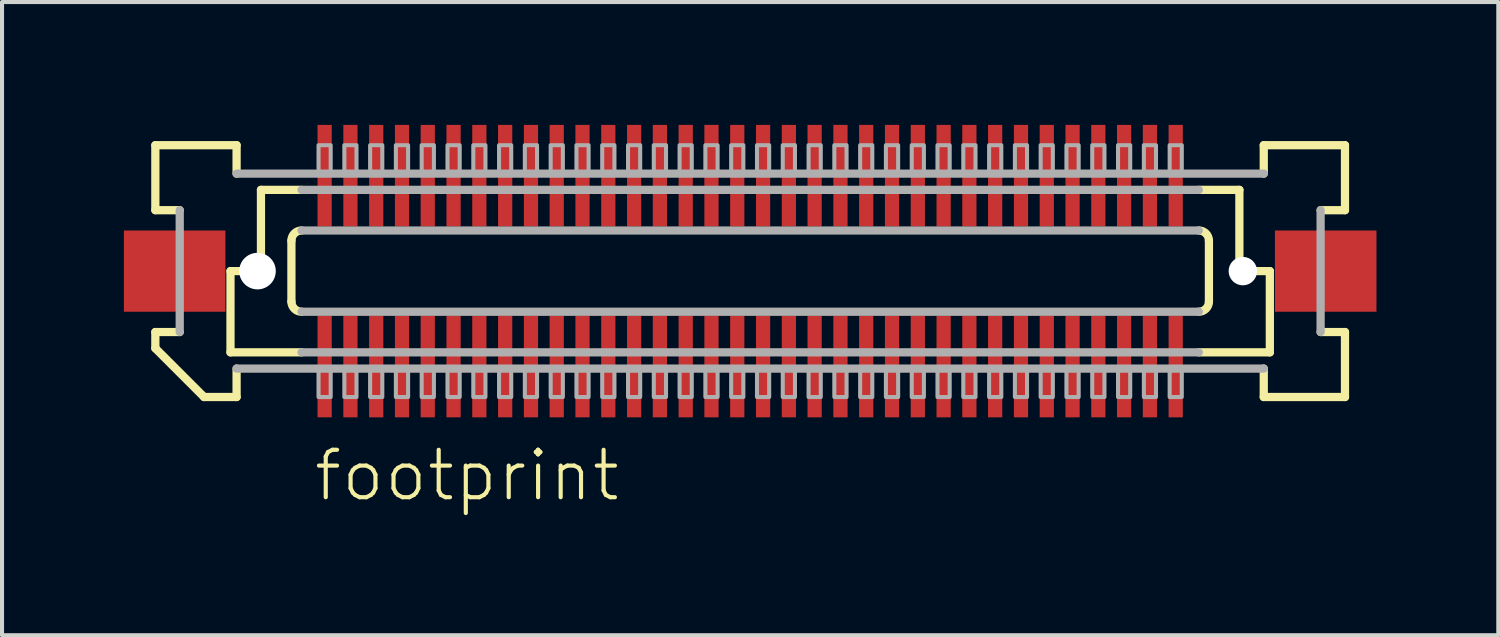
<source format=kicad_pcb>
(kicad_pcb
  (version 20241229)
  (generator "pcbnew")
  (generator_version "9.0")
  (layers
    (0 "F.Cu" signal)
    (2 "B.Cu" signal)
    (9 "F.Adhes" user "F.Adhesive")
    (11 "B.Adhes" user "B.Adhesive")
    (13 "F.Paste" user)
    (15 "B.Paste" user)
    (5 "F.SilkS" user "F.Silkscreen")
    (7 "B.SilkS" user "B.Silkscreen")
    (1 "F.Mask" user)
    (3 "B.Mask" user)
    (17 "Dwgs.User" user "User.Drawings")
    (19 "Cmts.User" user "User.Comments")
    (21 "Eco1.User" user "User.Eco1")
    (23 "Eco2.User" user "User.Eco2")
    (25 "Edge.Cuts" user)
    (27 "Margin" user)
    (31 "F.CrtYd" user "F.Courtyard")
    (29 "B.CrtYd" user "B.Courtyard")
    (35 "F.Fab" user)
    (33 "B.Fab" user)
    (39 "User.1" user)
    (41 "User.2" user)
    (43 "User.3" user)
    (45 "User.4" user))
  (footprint "footprint"
    (layer "F.Cu")
    (at 15.42 3.625)
    (property "Reference" "footprint" (at -10.795 5.715 0) (layer "F.SilkS") (effects (font (size 1.168 1.168) (thickness 0.102)) (justify left bottom)))
    (fp_poly (pts (xy -10.678 3.625) (xy -10.277 3.625) (xy -10.277 1.075) (xy -10.678 1.075)) (stroke (width 0) (type solid)) (fill yes) (layer "F.Mask"))
    (fp_poly (pts (xy -10.277 -3.625) (xy -10.678 -3.625) (xy -10.678 -1.075) (xy -10.277 -1.075)) (stroke (width 0) (type solid)) (fill yes) (layer "F.Mask"))
    (fp_poly (pts (xy -10.043 3.625) (xy -9.643 3.625) (xy -9.643 1.075) (xy -10.043 1.075)) (stroke (width 0) (type solid)) (fill yes) (layer "F.Mask"))
    (fp_poly (pts (xy -9.643 -3.625) (xy -10.043 -3.625) (xy -10.043 -1.075) (xy -9.643 -1.075)) (stroke (width 0) (type solid)) (fill yes) (layer "F.Mask"))
    (fp_poly (pts (xy -9.408 3.625) (xy -9.008 3.625) (xy -9.008 1.075) (xy -9.408 1.075)) (stroke (width 0) (type solid)) (fill yes) (layer "F.Mask"))
    (fp_poly (pts (xy -9.008 -3.625) (xy -9.408 -3.625) (xy -9.408 -1.075) (xy -9.008 -1.075)) (stroke (width 0) (type solid)) (fill yes) (layer "F.Mask"))
    (fp_poly (pts (xy -8.773 3.625) (xy -8.373 3.625) (xy -8.373 1.075) (xy -8.773 1.075)) (stroke (width 0) (type solid)) (fill yes) (layer "F.Mask"))
    (fp_poly (pts (xy -8.373 -3.625) (xy -8.773 -3.625) (xy -8.773 -1.075) (xy -8.373 -1.075)) (stroke (width 0) (type solid)) (fill yes) (layer "F.Mask"))
    (fp_poly (pts (xy -8.137 3.625) (xy -7.737 3.625) (xy -7.737 1.075) (xy -8.137 1.075)) (stroke (width 0) (type solid)) (fill yes) (layer "F.Mask"))
    (fp_poly (pts (xy -7.737 -3.625) (xy -8.137 -3.625) (xy -8.137 -1.075) (xy -7.737 -1.075)) (stroke (width 0) (type solid)) (fill yes) (layer "F.Mask"))
    (fp_poly (pts (xy -7.503 3.625) (xy -7.103 3.625) (xy -7.103 1.075) (xy -7.503 1.075)) (stroke (width 0) (type solid)) (fill yes) (layer "F.Mask"))
    (fp_poly (pts (xy -7.103 -3.625) (xy -7.503 -3.625) (xy -7.503 -1.075) (xy -7.103 -1.075)) (stroke (width 0) (type solid)) (fill yes) (layer "F.Mask"))
    (fp_poly (pts (xy -6.867 3.625) (xy -6.468 3.625) (xy -6.468 1.075) (xy -6.867 1.075)) (stroke (width 0) (type solid)) (fill yes) (layer "F.Mask"))
    (fp_poly (pts (xy -6.468 -3.625) (xy -6.867 -3.625) (xy -6.867 -1.075) (xy -6.468 -1.075)) (stroke (width 0) (type solid)) (fill yes) (layer "F.Mask"))
    (fp_poly (pts (xy -6.232 3.625) (xy -5.832 3.625) (xy -5.832 1.075) (xy -6.232 1.075)) (stroke (width 0) (type solid)) (fill yes) (layer "F.Mask"))
    (fp_poly (pts (xy -5.832 -3.625) (xy -6.232 -3.625) (xy -6.232 -1.075) (xy -5.832 -1.075)) (stroke (width 0) (type solid)) (fill yes) (layer "F.Mask"))
    (fp_poly (pts (xy -5.598 3.625) (xy -5.197 3.625) (xy -5.197 1.075) (xy -5.598 1.075)) (stroke (width 0) (type solid)) (fill yes) (layer "F.Mask"))
    (fp_poly (pts (xy -5.197 -3.625) (xy -5.598 -3.625) (xy -5.598 -1.075) (xy -5.197 -1.075)) (stroke (width 0) (type solid)) (fill yes) (layer "F.Mask"))
    (fp_poly (pts (xy -4.963 3.625) (xy -4.562 3.625) (xy -4.562 1.075) (xy -4.963 1.075)) (stroke (width 0) (type solid)) (fill yes) (layer "F.Mask"))
    (fp_poly (pts (xy -4.562 -3.625) (xy -4.963 -3.625) (xy -4.963 -1.075) (xy -4.562 -1.075)) (stroke (width 0) (type solid)) (fill yes) (layer "F.Mask"))
    (fp_poly (pts (xy -4.327 3.625) (xy -3.928 3.625) (xy -3.928 1.075) (xy -4.327 1.075)) (stroke (width 0) (type solid)) (fill yes) (layer "F.Mask"))
    (fp_poly (pts (xy -3.928 -3.625) (xy -4.327 -3.625) (xy -4.327 -1.075) (xy -3.928 -1.075)) (stroke (width 0) (type solid)) (fill yes) (layer "F.Mask"))
    (fp_poly (pts (xy -3.692 3.625) (xy -3.292 3.625) (xy -3.292 1.075) (xy -3.692 1.075)) (stroke (width 0) (type solid)) (fill yes) (layer "F.Mask"))
    (fp_poly (pts (xy -3.292 -3.625) (xy -3.692 -3.625) (xy -3.692 -1.075) (xy -3.292 -1.075)) (stroke (width 0) (type solid)) (fill yes) (layer "F.Mask"))
    (fp_poly (pts (xy -3.058 3.625) (xy -2.658 3.625) (xy -2.658 1.075) (xy -3.058 1.075)) (stroke (width 0) (type solid)) (fill yes) (layer "F.Mask"))
    (fp_poly (pts (xy -2.658 -3.625) (xy -3.058 -3.625) (xy -3.058 -1.075) (xy -2.658 -1.075)) (stroke (width 0) (type solid)) (fill yes) (layer "F.Mask"))
    (fp_poly (pts (xy -2.422 3.625) (xy -2.022 3.625) (xy -2.022 1.075) (xy -2.422 1.075)) (stroke (width 0) (type solid)) (fill yes) (layer "F.Mask"))
    (fp_poly (pts (xy -2.022 -3.625) (xy -2.422 -3.625) (xy -2.422 -1.075) (xy -2.022 -1.075)) (stroke (width 0) (type solid)) (fill yes) (layer "F.Mask"))
    (fp_poly (pts (xy -1.788 3.625) (xy -1.387 3.625) (xy -1.387 1.075) (xy -1.788 1.075)) (stroke (width 0) (type solid)) (fill yes) (layer "F.Mask"))
    (fp_poly (pts (xy -1.387 -3.625) (xy -1.788 -3.625) (xy -1.788 -1.075) (xy -1.387 -1.075)) (stroke (width 0) (type solid)) (fill yes) (layer "F.Mask"))
    (fp_poly (pts (xy -1.153 3.625) (xy -0.752 3.625) (xy -0.752 1.075) (xy -1.153 1.075)) (stroke (width 0) (type solid)) (fill yes) (layer "F.Mask"))
    (fp_poly (pts (xy -0.752 -3.625) (xy -1.153 -3.625) (xy -1.153 -1.075) (xy -0.752 -1.075)) (stroke (width 0) (type solid)) (fill yes) (layer "F.Mask"))
    (fp_poly (pts (xy -0.517 3.625) (xy -0.117 3.625) (xy -0.117 1.075) (xy -0.517 1.075)) (stroke (width 0) (type solid)) (fill yes) (layer "F.Mask"))
    (fp_poly (pts (xy -0.117 -3.625) (xy -0.517 -3.625) (xy -0.517 -1.075) (xy -0.117 -1.075)) (stroke (width 0) (type solid)) (fill yes) (layer "F.Mask"))
    (fp_poly (pts (xy 0.117 3.625) (xy 0.517 3.625) (xy 0.517 1.075) (xy 0.117 1.075)) (stroke (width 0) (type solid)) (fill yes) (layer "F.Mask"))
    (fp_poly (pts (xy 0.517 -3.625) (xy 0.117 -3.625) (xy 0.117 -1.075) (xy 0.517 -1.075)) (stroke (width 0) (type solid)) (fill yes) (layer "F.Mask"))
    (fp_poly (pts (xy 0.752 3.625) (xy 1.153 3.625) (xy 1.153 1.075) (xy 0.752 1.075)) (stroke (width 0) (type solid)) (fill yes) (layer "F.Mask"))
    (fp_poly (pts (xy 1.153 -3.625) (xy 0.752 -3.625) (xy 0.752 -1.075) (xy 1.153 -1.075)) (stroke (width 0) (type solid)) (fill yes) (layer "F.Mask"))
    (fp_poly (pts (xy 1.387 3.625) (xy 1.788 3.625) (xy 1.788 1.075) (xy 1.387 1.075)) (stroke (width 0) (type solid)) (fill yes) (layer "F.Mask"))
    (fp_poly (pts (xy 1.788 -3.625) (xy 1.387 -3.625) (xy 1.387 -1.075) (xy 1.788 -1.075)) (stroke (width 0) (type solid)) (fill yes) (layer "F.Mask"))
    (fp_poly (pts (xy 2.022 3.625) (xy 2.422 3.625) (xy 2.422 1.075) (xy 2.022 1.075)) (stroke (width 0) (type solid)) (fill yes) (layer "F.Mask"))
    (fp_poly (pts (xy 2.422 -3.625) (xy 2.022 -3.625) (xy 2.022 -1.075) (xy 2.422 -1.075)) (stroke (width 0) (type solid)) (fill yes) (layer "F.Mask"))
    (fp_poly (pts (xy 2.658 3.625) (xy 3.058 3.625) (xy 3.058 1.075) (xy 2.658 1.075)) (stroke (width 0) (type solid)) (fill yes) (layer "F.Mask"))
    (fp_poly (pts (xy 3.058 -3.625) (xy 2.658 -3.625) (xy 2.658 -1.075) (xy 3.058 -1.075)) (stroke (width 0) (type solid)) (fill yes) (layer "F.Mask"))
    (fp_poly (pts (xy 3.292 3.625) (xy 3.692 3.625) (xy 3.692 1.075) (xy 3.292 1.075)) (stroke (width 0) (type solid)) (fill yes) (layer "F.Mask"))
    (fp_poly (pts (xy 3.692 -3.625) (xy 3.292 -3.625) (xy 3.292 -1.075) (xy 3.692 -1.075)) (stroke (width 0) (type solid)) (fill yes) (layer "F.Mask"))
    (fp_poly (pts (xy 3.928 3.625) (xy 4.327 3.625) (xy 4.327 1.075) (xy 3.928 1.075)) (stroke (width 0) (type solid)) (fill yes) (layer "F.Mask"))
    (fp_poly (pts (xy 4.327 -3.625) (xy 3.928 -3.625) (xy 3.928 -1.075) (xy 4.327 -1.075)) (stroke (width 0) (type solid)) (fill yes) (layer "F.Mask"))
    (fp_poly (pts (xy 4.562 3.625) (xy 4.963 3.625) (xy 4.963 1.075) (xy 4.562 1.075)) (stroke (width 0) (type solid)) (fill yes) (layer "F.Mask"))
    (fp_poly (pts (xy 4.963 -3.625) (xy 4.562 -3.625) (xy 4.562 -1.075) (xy 4.963 -1.075)) (stroke (width 0) (type solid)) (fill yes) (layer "F.Mask"))
    (fp_poly (pts (xy 5.197 3.625) (xy 5.598 3.625) (xy 5.598 1.075) (xy 5.197 1.075)) (stroke (width 0) (type solid)) (fill yes) (layer "F.Mask"))
    (fp_poly (pts (xy 5.598 -3.625) (xy 5.197 -3.625) (xy 5.197 -1.075) (xy 5.598 -1.075)) (stroke (width 0) (type solid)) (fill yes) (layer "F.Mask"))
    (fp_poly (pts (xy 5.832 3.625) (xy 6.232 3.625) (xy 6.232 1.075) (xy 5.832 1.075)) (stroke (width 0) (type solid)) (fill yes) (layer "F.Mask"))
    (fp_poly (pts (xy 6.232 -3.625) (xy 5.832 -3.625) (xy 5.832 -1.075) (xy 6.232 -1.075)) (stroke (width 0) (type solid)) (fill yes) (layer "F.Mask"))
    (fp_poly (pts (xy 6.468 3.625) (xy 6.867 3.625) (xy 6.867 1.075) (xy 6.468 1.075)) (stroke (width 0) (type solid)) (fill yes) (layer "F.Mask"))
    (fp_poly (pts (xy 6.867 -3.625) (xy 6.468 -3.625) (xy 6.468 -1.075) (xy 6.867 -1.075)) (stroke (width 0) (type solid)) (fill yes) (layer "F.Mask"))
    (fp_poly (pts (xy 7.103 3.625) (xy 7.503 3.625) (xy 7.503 1.075) (xy 7.103 1.075)) (stroke (width 0) (type solid)) (fill yes) (layer "F.Mask"))
    (fp_poly (pts (xy 7.503 -3.625) (xy 7.103 -3.625) (xy 7.103 -1.075) (xy 7.503 -1.075)) (stroke (width 0) (type solid)) (fill yes) (layer "F.Mask"))
    (fp_poly (pts (xy 7.737 3.625) (xy 8.137 3.625) (xy 8.137 1.075) (xy 7.737 1.075)) (stroke (width 0) (type solid)) (fill yes) (layer "F.Mask"))
    (fp_poly (pts (xy 8.137 -3.625) (xy 7.737 -3.625) (xy 7.737 -1.075) (xy 8.137 -1.075)) (stroke (width 0) (type solid)) (fill yes) (layer "F.Mask"))
    (fp_poly (pts (xy 8.373 3.625) (xy 8.773 3.625) (xy 8.773 1.075) (xy 8.373 1.075)) (stroke (width 0) (type solid)) (fill yes) (layer "F.Mask"))
    (fp_poly (pts (xy 8.773 -3.625) (xy 8.373 -3.625) (xy 8.373 -1.075) (xy 8.773 -1.075)) (stroke (width 0) (type solid)) (fill yes) (layer "F.Mask"))
    (fp_poly (pts (xy 9.008 3.625) (xy 9.408 3.625) (xy 9.408 1.075) (xy 9.008 1.075)) (stroke (width 0) (type solid)) (fill yes) (layer "F.Mask"))
    (fp_poly (pts (xy 9.408 -3.625) (xy 9.008 -3.625) (xy 9.008 -1.075) (xy 9.408 -1.075)) (stroke (width 0) (type solid)) (fill yes) (layer "F.Mask"))
    (fp_poly (pts (xy 9.643 3.625) (xy 10.043 3.625) (xy 10.043 1.075) (xy 9.643 1.075)) (stroke (width 0) (type solid)) (fill yes) (layer "F.Mask"))
    (fp_poly (pts (xy 10.043 -3.625) (xy 9.643 -3.625) (xy 9.643 -1.075) (xy 10.043 -1.075)) (stroke (width 0) (type solid)) (fill yes) (layer "F.Mask"))
    (fp_poly (pts (xy 10.277 3.625) (xy 10.678 3.625) (xy 10.678 1.075) (xy 10.277 1.075)) (stroke (width 0) (type solid)) (fill yes) (layer "F.Mask"))
    (fp_poly (pts (xy 10.678 -3.625) (xy 10.277 -3.625) (xy 10.277 -1.075) (xy 10.678 -1.075)) (stroke (width 0) (type solid)) (fill yes) (layer "F.Mask"))
    (fp_line (start -14.645 -3.1) (end -12.645 -3.1) (stroke (width 0.203) (type solid)) (layer "F.SilkS"))
    (fp_line (start -14.645 -1.5) (end -14.645 -3.1) (stroke (width 0.203) (type solid)) (layer "F.SilkS"))
    (fp_line (start -14.645 1.5) (end -14.045 1.5) (stroke (width 0.203) (type solid)) (layer "F.SilkS"))
    (fp_line (start -14.645 1.9) (end -14.645 1.5) (stroke (width 0.203) (type solid)) (layer "F.SilkS"))
    (fp_line (start -14.045 -1.5) (end -14.645 -1.5) (stroke (width 0.203) (type solid)) (layer "F.SilkS"))
    (fp_line (start -13.445 3.1) (end -14.645 1.9) (stroke (width 0.203) (type solid)) (layer "F.SilkS"))
    (fp_line (start -12.795 0) (end -12.795 2) (stroke (width 0.203) (type solid)) (layer "F.SilkS"))
    (fp_line (start -12.795 2) (end -11.045 2) (stroke (width 0.203) (type solid)) (layer "F.SilkS"))
    (fp_line (start -12.645 -3.1) (end -12.645 -2.4) (stroke (width 0.203) (type solid)) (layer "F.SilkS"))
    (fp_line (start -12.645 2.4) (end -12.645 3.1) (stroke (width 0.203) (type solid)) (layer "F.SilkS"))
    (fp_line (start -12.645 3.1) (end -13.445 3.1) (stroke (width 0.203) (type solid)) (layer "F.SilkS"))
    (fp_line (start -12.045 -2) (end -12.045 0) (stroke (width 0.203) (type solid)) (layer "F.SilkS"))
    (fp_line (start -12.045 0) (end -12.795 0) (stroke (width 0.203) (type solid)) (layer "F.SilkS"))
    (fp_line (start -11.295 0.75) (end -11.295 -0.75) (stroke (width 0.203) (type solid)) (layer "F.SilkS"))
    (fp_line (start -11.045 -2) (end -12.045 -2) (stroke (width 0.203) (type solid)) (layer "F.SilkS"))
    (fp_line (start 11.045 2) (end 12.795 2) (stroke (width 0.203) (type solid)) (layer "F.SilkS"))
    (fp_line (start 11.295 -0.75) (end 11.295 0.75) (stroke (width 0.203) (type solid)) (layer "F.SilkS"))
    (fp_line (start 12.045 -2) (end 11.045 -2) (stroke (width 0.203) (type solid)) (layer "F.SilkS"))
    (fp_line (start 12.045 -2) (end 12.045 0) (stroke (width 0.203) (type solid)) (layer "F.SilkS"))
    (fp_line (start 12.645 -3.1) (end 14.645 -3.1) (stroke (width 0.203) (type solid)) (layer "F.SilkS"))
    (fp_line (start 12.645 -2.4) (end 12.645 -3.1) (stroke (width 0.203) (type solid)) (layer "F.SilkS"))
    (fp_line (start 12.645 3.1) (end 12.645 2.4) (stroke (width 0.203) (type solid)) (layer "F.SilkS"))
    (fp_line (start 12.795 0) (end 12.045 0) (stroke (width 0.203) (type solid)) (layer "F.SilkS"))
    (fp_line (start 12.795 0) (end 12.795 2) (stroke (width 0.203) (type solid)) (layer "F.SilkS"))
    (fp_line (start 14.045 1.5) (end 14.645 1.5) (stroke (width 0.203) (type solid)) (layer "F.SilkS"))
    (fp_line (start 14.645 -3.1) (end 14.645 -1.5) (stroke (width 0.203) (type solid)) (layer "F.SilkS"))
    (fp_line (start 14.645 -1.5) (end 14.045 -1.5) (stroke (width 0.203) (type solid)) (layer "F.SilkS"))
    (fp_line (start 14.645 1.5) (end 14.645 3.1) (stroke (width 0.203) (type solid)) (layer "F.SilkS"))
    (fp_line (start 14.645 3.1) (end 12.645 3.1) (stroke (width 0.203) (type solid)) (layer "F.SilkS"))
    (fp_arc (start -11.295 -0.75) (mid -11.221777 -0.926777) (end -11.045 -1) (stroke (width 0.2032) (type solid)) (layer "F.SilkS"))
    (fp_arc (start -11.045 1) (mid -11.221777 0.926777) (end -11.295 0.75) (stroke (width 0.2032) (type solid)) (layer "F.SilkS"))
    (fp_arc (start 11.045 -1) (mid 11.221777 -0.926777) (end 11.295 -0.75) (stroke (width 0.2032) (type solid)) (layer "F.SilkS"))
    (fp_arc (start 11.295 0.75) (mid 11.221777 0.926777) (end 11.045 1) (stroke (width 0.2032) (type solid)) (layer "F.SilkS"))
    (fp_line (start -14.045 1.5) (end -14.045 -1.5) (stroke (width 0.203) (type solid)) (layer "F.Fab"))
    (fp_line (start -12.645 -2.4) (end 12.645 -2.4) (stroke (width 0.203) (type solid)) (layer "F.Fab"))
    (fp_line (start -11.045 -1) (end 11.045 -1) (stroke (width 0.203) (type solid)) (layer "F.Fab"))
    (fp_line (start -11.045 2) (end 11.045 2) (stroke (width 0.203) (type solid)) (layer "F.Fab"))
    (fp_line (start 11.045 -2) (end -11.045 -2) (stroke (width 0.203) (type solid)) (layer "F.Fab"))
    (fp_line (start 11.045 1) (end -11.045 1) (stroke (width 0.203) (type solid)) (layer "F.Fab"))
    (fp_line (start 12.645 2.4) (end -12.645 2.4) (stroke (width 0.203) (type solid)) (layer "F.Fab"))
    (fp_line (start 14.045 -1.5) (end 14.045 1.5) (stroke (width 0.203) (type solid)) (layer "F.Fab"))
    (fp_poly (pts (xy -10.627 3.1) (xy -10.328 3.1) (xy -10.328 2.375) (xy -10.627 2.375)) (stroke (width 0.1) (type solid)) (fill no) (layer "F.Fab"))
    (fp_poly (pts (xy -10.328 -3.1) (xy -10.627 -3.1) (xy -10.627 -2.375) (xy -10.328 -2.375)) (stroke (width 0.1) (type solid)) (fill no) (layer "F.Fab"))
    (fp_poly (pts (xy -9.992 3.1) (xy -9.693 3.1) (xy -9.693 2.375) (xy -9.992 2.375)) (stroke (width 0.1) (type solid)) (fill no) (layer "F.Fab"))
    (fp_poly (pts (xy -9.693 -3.1) (xy -9.992 -3.1) (xy -9.992 -2.375) (xy -9.693 -2.375)) (stroke (width 0.1) (type solid)) (fill no) (layer "F.Fab"))
    (fp_poly (pts (xy -9.357 3.1) (xy -9.057 3.1) (xy -9.057 2.375) (xy -9.357 2.375)) (stroke (width 0.1) (type solid)) (fill no) (layer "F.Fab"))
    (fp_poly (pts (xy -9.057 -3.1) (xy -9.357 -3.1) (xy -9.357 -2.375) (xy -9.057 -2.375)) (stroke (width 0.1) (type solid)) (fill no) (layer "F.Fab"))
    (fp_poly (pts (xy -8.723 3.1) (xy -8.422 3.1) (xy -8.422 2.375) (xy -8.723 2.375)) (stroke (width 0.1) (type solid)) (fill no) (layer "F.Fab"))
    (fp_poly (pts (xy -8.422 -3.1) (xy -8.723 -3.1) (xy -8.723 -2.375) (xy -8.422 -2.375)) (stroke (width 0.1) (type solid)) (fill no) (layer "F.Fab"))
    (fp_poly (pts (xy -8.088 3.1) (xy -7.787 3.1) (xy -7.787 2.375) (xy -8.088 2.375)) (stroke (width 0.1) (type solid)) (fill no) (layer "F.Fab"))
    (fp_poly (pts (xy -7.787 -3.1) (xy -8.088 -3.1) (xy -8.088 -2.375) (xy -7.787 -2.375)) (stroke (width 0.1) (type solid)) (fill no) (layer "F.Fab"))
    (fp_poly (pts (xy -7.452 3.1) (xy -7.152 3.1) (xy -7.152 2.375) (xy -7.452 2.375)) (stroke (width 0.1) (type solid)) (fill no) (layer "F.Fab"))
    (fp_poly (pts (xy -7.152 -3.1) (xy -7.452 -3.1) (xy -7.452 -2.375) (xy -7.152 -2.375)) (stroke (width 0.1) (type solid)) (fill no) (layer "F.Fab"))
    (fp_poly (pts (xy -6.817 3.1) (xy -6.518 3.1) (xy -6.518 2.375) (xy -6.817 2.375)) (stroke (width 0.1) (type solid)) (fill no) (layer "F.Fab"))
    (fp_poly (pts (xy -6.518 -3.1) (xy -6.817 -3.1) (xy -6.817 -2.375) (xy -6.518 -2.375)) (stroke (width 0.1) (type solid)) (fill no) (layer "F.Fab"))
    (fp_poly (pts (xy -6.183 3.1) (xy -5.883 3.1) (xy -5.883 2.375) (xy -6.183 2.375)) (stroke (width 0.1) (type solid)) (fill no) (layer "F.Fab"))
    (fp_poly (pts (xy -5.883 -3.1) (xy -6.183 -3.1) (xy -6.183 -2.375) (xy -5.883 -2.375)) (stroke (width 0.1) (type solid)) (fill no) (layer "F.Fab"))
    (fp_poly (pts (xy -5.548 3.1) (xy -5.247 3.1) (xy -5.247 2.375) (xy -5.548 2.375)) (stroke (width 0.1) (type solid)) (fill no) (layer "F.Fab"))
    (fp_poly (pts (xy -5.247 -3.1) (xy -5.548 -3.1) (xy -5.548 -2.375) (xy -5.247 -2.375)) (stroke (width 0.1) (type solid)) (fill no) (layer "F.Fab"))
    (fp_poly (pts (xy -4.912 3.1) (xy -4.612 3.1) (xy -4.612 2.375) (xy -4.912 2.375)) (stroke (width 0.1) (type solid)) (fill no) (layer "F.Fab"))
    (fp_poly (pts (xy -4.612 -3.1) (xy -4.912 -3.1) (xy -4.912 -2.375) (xy -4.612 -2.375)) (stroke (width 0.1) (type solid)) (fill no) (layer "F.Fab"))
    (fp_poly (pts (xy -4.277 3.1) (xy -3.978 3.1) (xy -3.978 2.375) (xy -4.277 2.375)) (stroke (width 0.1) (type solid)) (fill no) (layer "F.Fab"))
    (fp_poly (pts (xy -3.978 -3.1) (xy -4.277 -3.1) (xy -4.277 -2.375) (xy -3.978 -2.375)) (stroke (width 0.1) (type solid)) (fill no) (layer "F.Fab"))
    (fp_poly (pts (xy -3.643 3.1) (xy -3.342 3.1) (xy -3.342 2.375) (xy -3.643 2.375)) (stroke (width 0.1) (type solid)) (fill no) (layer "F.Fab"))
    (fp_poly (pts (xy -3.342 -3.1) (xy -3.643 -3.1) (xy -3.643 -2.375) (xy -3.342 -2.375)) (stroke (width 0.1) (type solid)) (fill no) (layer "F.Fab"))
    (fp_poly (pts (xy -3.007 3.1) (xy -2.708 3.1) (xy -2.708 2.375) (xy -3.007 2.375)) (stroke (width 0.1) (type solid)) (fill no) (layer "F.Fab"))
    (fp_poly (pts (xy -2.708 -3.1) (xy -3.007 -3.1) (xy -3.007 -2.375) (xy -2.708 -2.375)) (stroke (width 0.1) (type solid)) (fill no) (layer "F.Fab"))
    (fp_poly (pts (xy -2.373 3.1) (xy -2.072 3.1) (xy -2.072 2.375) (xy -2.373 2.375)) (stroke (width 0.1) (type solid)) (fill no) (layer "F.Fab"))
    (fp_poly (pts (xy -2.072 -3.1) (xy -2.373 -3.1) (xy -2.373 -2.375) (xy -2.072 -2.375)) (stroke (width 0.1) (type solid)) (fill no) (layer "F.Fab"))
    (fp_poly (pts (xy -1.738 3.1) (xy -1.438 3.1) (xy -1.438 2.375) (xy -1.738 2.375)) (stroke (width 0.1) (type solid)) (fill no) (layer "F.Fab"))
    (fp_poly (pts (xy -1.438 -3.1) (xy -1.738 -3.1) (xy -1.738 -2.375) (xy -1.438 -2.375)) (stroke (width 0.1) (type solid)) (fill no) (layer "F.Fab"))
    (fp_poly (pts (xy -1.103 3.1) (xy -0.802 3.1) (xy -0.802 2.375) (xy -1.103 2.375)) (stroke (width 0.1) (type solid)) (fill no) (layer "F.Fab"))
    (fp_poly (pts (xy -0.802 -3.1) (xy -1.103 -3.1) (xy -1.103 -2.375) (xy -0.802 -2.375)) (stroke (width 0.1) (type solid)) (fill no) (layer "F.Fab"))
    (fp_poly (pts (xy -0.468 3.1) (xy -0.168 3.1) (xy -0.168 2.375) (xy -0.468 2.375)) (stroke (width 0.1) (type solid)) (fill no) (layer "F.Fab"))
    (fp_poly (pts (xy -0.168 -3.1) (xy -0.468 -3.1) (xy -0.468 -2.375) (xy -0.168 -2.375)) (stroke (width 0.1) (type solid)) (fill no) (layer "F.Fab"))
    (fp_poly (pts (xy 0.168 3.1) (xy 0.468 3.1) (xy 0.468 2.375) (xy 0.168 2.375)) (stroke (width 0.1) (type solid)) (fill no) (layer "F.Fab"))
    (fp_poly (pts (xy 0.468 -3.1) (xy 0.168 -3.1) (xy 0.168 -2.375) (xy 0.468 -2.375)) (stroke (width 0.1) (type solid)) (fill no) (layer "F.Fab"))
    (fp_poly (pts (xy 0.802 3.1) (xy 1.103 3.1) (xy 1.103 2.375) (xy 0.802 2.375)) (stroke (width 0.1) (type solid)) (fill no) (layer "F.Fab"))
    (fp_poly (pts (xy 1.103 -3.1) (xy 0.802 -3.1) (xy 0.802 -2.375) (xy 1.103 -2.375)) (stroke (width 0.1) (type solid)) (fill no) (layer "F.Fab"))
    (fp_poly (pts (xy 1.438 3.1) (xy 1.738 3.1) (xy 1.738 2.375) (xy 1.438 2.375)) (stroke (width 0.1) (type solid)) (fill no) (layer "F.Fab"))
    (fp_poly (pts (xy 1.738 -3.1) (xy 1.438 -3.1) (xy 1.438 -2.375) (xy 1.738 -2.375)) (stroke (width 0.1) (type solid)) (fill no) (layer "F.Fab"))
    (fp_poly (pts (xy 2.072 3.1) (xy 2.373 3.1) (xy 2.373 2.375) (xy 2.072 2.375)) (stroke (width 0.1) (type solid)) (fill no) (layer "F.Fab"))
    (fp_poly (pts (xy 2.373 -3.1) (xy 2.072 -3.1) (xy 2.072 -2.375) (xy 2.373 -2.375)) (stroke (width 0.1) (type solid)) (fill no) (layer "F.Fab"))
    (fp_poly (pts (xy 2.708 3.1) (xy 3.007 3.1) (xy 3.007 2.375) (xy 2.708 2.375)) (stroke (width 0.1) (type solid)) (fill no) (layer "F.Fab"))
    (fp_poly (pts (xy 3.007 -3.1) (xy 2.708 -3.1) (xy 2.708 -2.375) (xy 3.007 -2.375)) (stroke (width 0.1) (type solid)) (fill no) (layer "F.Fab"))
    (fp_poly (pts (xy 3.342 3.1) (xy 3.643 3.1) (xy 3.643 2.375) (xy 3.342 2.375)) (stroke (width 0.1) (type solid)) (fill no) (layer "F.Fab"))
    (fp_poly (pts (xy 3.643 -3.1) (xy 3.342 -3.1) (xy 3.342 -2.375) (xy 3.643 -2.375)) (stroke (width 0.1) (type solid)) (fill no) (layer "F.Fab"))
    (fp_poly (pts (xy 3.978 3.1) (xy 4.277 3.1) (xy 4.277 2.375) (xy 3.978 2.375)) (stroke (width 0.1) (type solid)) (fill no) (layer "F.Fab"))
    (fp_poly (pts (xy 4.277 -3.1) (xy 3.978 -3.1) (xy 3.978 -2.375) (xy 4.277 -2.375)) (stroke (width 0.1) (type solid)) (fill no) (layer "F.Fab"))
    (fp_poly (pts (xy 4.612 3.1) (xy 4.912 3.1) (xy 4.912 2.375) (xy 4.612 2.375)) (stroke (width 0.1) (type solid)) (fill no) (layer "F.Fab"))
    (fp_poly (pts (xy 4.912 -3.1) (xy 4.612 -3.1) (xy 4.612 -2.375) (xy 4.912 -2.375)) (stroke (width 0.1) (type solid)) (fill no) (layer "F.Fab"))
    (fp_poly (pts (xy 5.247 3.1) (xy 5.548 3.1) (xy 5.548 2.375) (xy 5.247 2.375)) (stroke (width 0.1) (type solid)) (fill no) (layer "F.Fab"))
    (fp_poly (pts (xy 5.548 -3.1) (xy 5.247 -3.1) (xy 5.247 -2.375) (xy 5.548 -2.375)) (stroke (width 0.1) (type solid)) (fill no) (layer "F.Fab"))
    (fp_poly (pts (xy 5.883 3.1) (xy 6.183 3.1) (xy 6.183 2.375) (xy 5.883 2.375)) (stroke (width 0.1) (type solid)) (fill no) (layer "F.Fab"))
    (fp_poly (pts (xy 6.183 -3.1) (xy 5.883 -3.1) (xy 5.883 -2.375) (xy 6.183 -2.375)) (stroke (width 0.1) (type solid)) (fill no) (layer "F.Fab"))
    (fp_poly (pts (xy 6.518 3.1) (xy 6.817 3.1) (xy 6.817 2.375) (xy 6.518 2.375)) (stroke (width 0.1) (type solid)) (fill no) (layer "F.Fab"))
    (fp_poly (pts (xy 6.817 -3.1) (xy 6.518 -3.1) (xy 6.518 -2.375) (xy 6.817 -2.375)) (stroke (width 0.1) (type solid)) (fill no) (layer "F.Fab"))
    (fp_poly (pts (xy 7.152 3.1) (xy 7.452 3.1) (xy 7.452 2.375) (xy 7.152 2.375)) (stroke (width 0.1) (type solid)) (fill no) (layer "F.Fab"))
    (fp_poly (pts (xy 7.452 -3.1) (xy 7.152 -3.1) (xy 7.152 -2.375) (xy 7.452 -2.375)) (stroke (width 0.1) (type solid)) (fill no) (layer "F.Fab"))
    (fp_poly (pts (xy 7.787 3.1) (xy 8.088 3.1) (xy 8.088 2.375) (xy 7.787 2.375)) (stroke (width 0.1) (type solid)) (fill no) (layer "F.Fab"))
    (fp_poly (pts (xy 8.088 -3.1) (xy 7.787 -3.1) (xy 7.787 -2.375) (xy 8.088 -2.375)) (stroke (width 0.1) (type solid)) (fill no) (layer "F.Fab"))
    (fp_poly (pts (xy 8.422 3.1) (xy 8.723 3.1) (xy 8.723 2.375) (xy 8.422 2.375)) (stroke (width 0.1) (type solid)) (fill no) (layer "F.Fab"))
    (fp_poly (pts (xy 8.723 -3.1) (xy 8.422 -3.1) (xy 8.422 -2.375) (xy 8.723 -2.375)) (stroke (width 0.1) (type solid)) (fill no) (layer "F.Fab"))
    (fp_poly (pts (xy 9.057 3.1) (xy 9.357 3.1) (xy 9.357 2.375) (xy 9.057 2.375)) (stroke (width 0.1) (type solid)) (fill no) (layer "F.Fab"))
    (fp_poly (pts (xy 9.357 -3.1) (xy 9.057 -3.1) (xy 9.057 -2.375) (xy 9.357 -2.375)) (stroke (width 0.1) (type solid)) (fill no) (layer "F.Fab"))
    (fp_poly (pts (xy 9.693 3.1) (xy 9.992 3.1) (xy 9.992 2.375) (xy 9.693 2.375)) (stroke (width 0.1) (type solid)) (fill no) (layer "F.Fab"))
    (fp_poly (pts (xy 9.992 -3.1) (xy 9.693 -3.1) (xy 9.693 -2.375) (xy 9.992 -2.375)) (stroke (width 0.1) (type solid)) (fill no) (layer "F.Fab"))
    (fp_poly (pts (xy 10.328 3.1) (xy 10.627 3.1) (xy 10.627 2.375) (xy 10.328 2.375)) (stroke (width 0.1) (type solid)) (fill no) (layer "F.Fab"))
    (fp_poly (pts (xy 10.627 -3.1) (xy 10.328 -3.1) (xy 10.328 -2.375) (xy 10.627 -2.375)) (stroke (width 0.1) (type solid)) (fill no) (layer "F.Fab"))
    (pad "" np_thru_hole circle (at -12.13 0) (size 0.9 0.9) (drill 0.9) (layers "*.Cu" "*.Mask"))
    (pad "" np_thru_hole circle (at 12.13 0) (size 0.7 0.7) (drill 0.7) (layers "*.Cu" "*.Mask"))
    (pad "1" smd rect (at -10.477 2.35) (size 0.35 2.5) (layers "F.Cu" "F.Paste"))
    (pad "2" smd rect (at -10.477 -2.35 180) (size 0.35 2.5) (layers "F.Cu" "F.Paste"))
    (pad "3" smd rect (at -9.842 2.35) (size 0.35 2.5) (layers "F.Cu" "F.Paste"))
    (pad "4" smd rect (at -9.842 -2.35 180) (size 0.35 2.5) (layers "F.Cu" "F.Paste"))
    (pad "5" smd rect (at -9.207 2.35) (size 0.35 2.5) (layers "F.Cu" "F.Paste"))
    (pad "6" smd rect (at -9.207 -2.35 180) (size 0.35 2.5) (layers "F.Cu" "F.Paste"))
    (pad "7" smd rect (at -8.572 2.35) (size 0.35 2.5) (layers "F.Cu" "F.Paste"))
    (pad "8" smd rect (at -8.572 -2.35 180) (size 0.35 2.5) (layers "F.Cu" "F.Paste"))
    (pad "9" smd rect (at -7.938 2.35) (size 0.35 2.5) (layers "F.Cu" "F.Paste"))
    (pad "10" smd rect (at -7.938 -2.35 180) (size 0.35 2.5) (layers "F.Cu" "F.Paste"))
    (pad "11" smd rect (at -7.303 2.35) (size 0.35 2.5) (layers "F.Cu" "F.Paste"))
    (pad "12" smd rect (at -7.303 -2.35 180) (size 0.35 2.5) (layers "F.Cu" "F.Paste"))
    (pad "13" smd rect (at -6.668 2.35) (size 0.35 2.5) (layers "F.Cu" "F.Paste"))
    (pad "14" smd rect (at -6.668 -2.35 180) (size 0.35 2.5) (layers "F.Cu" "F.Paste"))
    (pad "15" smd rect (at -6.032 2.35) (size 0.35 2.5) (layers "F.Cu" "F.Paste"))
    (pad "16" smd rect (at -6.032 -2.35 180) (size 0.35 2.5) (layers "F.Cu" "F.Paste"))
    (pad "17" smd rect (at -5.397 2.35) (size 0.35 2.5) (layers "F.Cu" "F.Paste"))
    (pad "18" smd rect (at -5.397 -2.35 180) (size 0.35 2.5) (layers "F.Cu" "F.Paste"))
    (pad "19" smd rect (at -4.763 2.35) (size 0.35 2.5) (layers "F.Cu" "F.Paste"))
    (pad "20" smd rect (at -4.763 -2.35 180) (size 0.35 2.5) (layers "F.Cu" "F.Paste"))
    (pad "21" smd rect (at -4.128 2.35) (size 0.35 2.5) (layers "F.Cu" "F.Paste"))
    (pad "22" smd rect (at -4.128 -2.35 180) (size 0.35 2.5) (layers "F.Cu" "F.Paste"))
    (pad "23" smd rect (at -3.493 2.35) (size 0.35 2.5) (layers "F.Cu" "F.Paste"))
    (pad "24" smd rect (at -3.493 -2.35 180) (size 0.35 2.5) (layers "F.Cu" "F.Paste"))
    (pad "25" smd rect (at -2.857 2.35) (size 0.35 2.5) (layers "F.Cu" "F.Paste"))
    (pad "26" smd rect (at -2.857 -2.35 180) (size 0.35 2.5) (layers "F.Cu" "F.Paste"))
    (pad "27" smd rect (at -2.223 2.35) (size 0.35 2.5) (layers "F.Cu" "F.Paste"))
    (pad "28" smd rect (at -2.223 -2.35 180) (size 0.35 2.5) (layers "F.Cu" "F.Paste"))
    (pad "29" smd rect (at -1.587 2.35) (size 0.35 2.5) (layers "F.Cu" "F.Paste"))
    (pad "30" smd rect (at -1.587 -2.35 180) (size 0.35 2.5) (layers "F.Cu" "F.Paste"))
    (pad "31" smd rect (at -0.953 2.35) (size 0.35 2.5) (layers "F.Cu" "F.Paste"))
    (pad "32" smd rect (at -0.953 -2.35 180) (size 0.35 2.5) (layers "F.Cu" "F.Paste"))
    (pad "33" smd rect (at -0.318 2.35) (size 0.35 2.5) (layers "F.Cu" "F.Paste"))
    (pad "34" smd rect (at -0.318 -2.35 180) (size 0.35 2.5) (layers "F.Cu" "F.Paste"))
    (pad "35" smd rect (at 0.318 2.35) (size 0.35 2.5) (layers "F.Cu" "F.Paste"))
    (pad "36" smd rect (at 0.318 -2.35 180) (size 0.35 2.5) (layers "F.Cu" "F.Paste"))
    (pad "37" smd rect (at 0.953 2.35) (size 0.35 2.5) (layers "F.Cu" "F.Paste"))
    (pad "38" smd rect (at 0.953 -2.35 180) (size 0.35 2.5) (layers "F.Cu" "F.Paste"))
    (pad "39" smd rect (at 1.587 2.35) (size 0.35 2.5) (layers "F.Cu" "F.Paste"))
    (pad "40" smd rect (at 1.587 -2.35 180) (size 0.35 2.5) (layers "F.Cu" "F.Paste"))
    (pad "41" smd rect (at 2.223 2.35) (size 0.35 2.5) (layers "F.Cu" "F.Paste"))
    (pad "42" smd rect (at 2.223 -2.35 180) (size 0.35 2.5) (layers "F.Cu" "F.Paste"))
    (pad "43" smd rect (at 2.857 2.35) (size 0.35 2.5) (layers "F.Cu" "F.Paste"))
    (pad "44" smd rect (at 2.857 -2.35 180) (size 0.35 2.5) (layers "F.Cu" "F.Paste"))
    (pad "45" smd rect (at 3.493 2.35) (size 0.35 2.5) (layers "F.Cu" "F.Paste"))
    (pad "46" smd rect (at 3.493 -2.35 180) (size 0.35 2.5) (layers "F.Cu" "F.Paste"))
    (pad "47" smd rect (at 4.128 2.35) (size 0.35 2.5) (layers "F.Cu" "F.Paste"))
    (pad "48" smd rect (at 4.128 -2.35 180) (size 0.35 2.5) (layers "F.Cu" "F.Paste"))
    (pad "49" smd rect (at 4.763 2.35) (size 0.35 2.5) (layers "F.Cu" "F.Paste"))
    (pad "50" smd rect (at 4.763 -2.35 180) (size 0.35 2.5) (layers "F.Cu" "F.Paste"))
    (pad "51" smd rect (at 5.397 2.35) (size 0.35 2.5) (layers "F.Cu" "F.Paste"))
    (pad "52" smd rect (at 5.397 -2.35 180) (size 0.35 2.5) (layers "F.Cu" "F.Paste"))
    (pad "53" smd rect (at 6.032 2.35) (size 0.35 2.5) (layers "F.Cu" "F.Paste"))
    (pad "54" smd rect (at 6.032 -2.35 180) (size 0.35 2.5) (layers "F.Cu" "F.Paste"))
    (pad "55" smd rect (at 6.668 2.35) (size 0.35 2.5) (layers "F.Cu" "F.Paste"))
    (pad "56" smd rect (at 6.668 -2.35 180) (size 0.35 2.5) (layers "F.Cu" "F.Paste"))
    (pad "57" smd rect (at 7.303 2.35) (size 0.35 2.5) (layers "F.Cu" "F.Paste"))
    (pad "58" smd rect (at 7.303 -2.35 180) (size 0.35 2.5) (layers "F.Cu" "F.Paste"))
    (pad "59" smd rect (at 7.938 2.35) (size 0.35 2.5) (layers "F.Cu" "F.Paste"))
    (pad "60" smd rect (at 7.938 -2.35 180) (size 0.35 2.5) (layers "F.Cu" "F.Paste"))
    (pad "61" smd rect (at 8.572 2.35) (size 0.35 2.5) (layers "F.Cu" "F.Paste"))
    (pad "62" smd rect (at 8.572 -2.35 180) (size 0.35 2.5) (layers "F.Cu" "F.Paste"))
    (pad "63" smd rect (at 9.207 2.35) (size 0.35 2.5) (layers "F.Cu" "F.Paste"))
    (pad "64" smd rect (at 9.207 -2.35 180) (size 0.35 2.5) (layers "F.Cu" "F.Paste"))
    (pad "65" smd rect (at 9.842 2.35) (size 0.35 2.5) (layers "F.Cu" "F.Paste"))
    (pad "66" smd rect (at 9.842 -2.35 180) (size 0.35 2.5) (layers "F.Cu" "F.Paste"))
    (pad "67" smd rect (at 10.477 2.35) (size 0.35 2.5) (layers "F.Cu" "F.Paste"))
    (pad "68" smd rect (at 10.477 -2.35 180) (size 0.35 2.5) (layers "F.Cu" "F.Paste"))
    (pad "M1" smd rect (at -14.17 0) (size 2.5 2) (layers "F.Cu" "F.Mask" "F.Paste"))
    (pad "M2" smd rect (at 14.17 0 180) (size 2.5 2) (layers "F.Cu" "F.Mask" "F.Paste")))
  (gr_rect
    (start -3 -3)
    (end 33.84 12.59)
    (stroke (width 0.1) (type default))
    (fill no)
    (layer "Edge.Cuts")))
</source>
